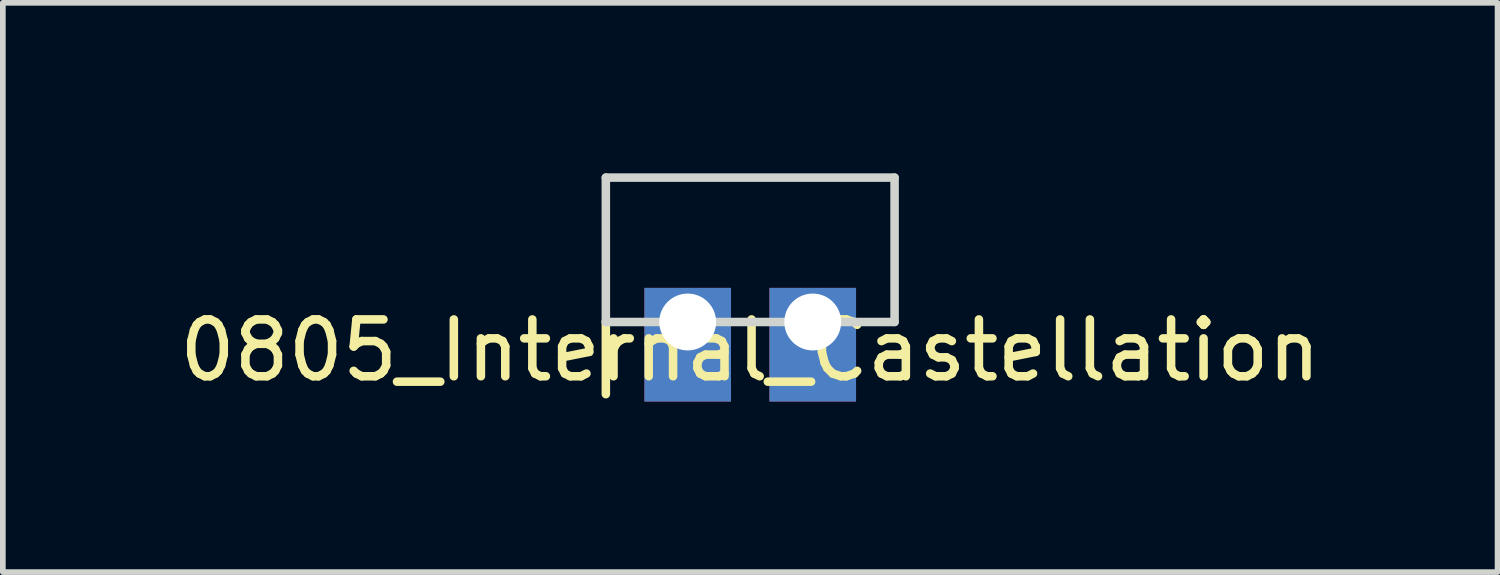
<source format=kicad_pcb>
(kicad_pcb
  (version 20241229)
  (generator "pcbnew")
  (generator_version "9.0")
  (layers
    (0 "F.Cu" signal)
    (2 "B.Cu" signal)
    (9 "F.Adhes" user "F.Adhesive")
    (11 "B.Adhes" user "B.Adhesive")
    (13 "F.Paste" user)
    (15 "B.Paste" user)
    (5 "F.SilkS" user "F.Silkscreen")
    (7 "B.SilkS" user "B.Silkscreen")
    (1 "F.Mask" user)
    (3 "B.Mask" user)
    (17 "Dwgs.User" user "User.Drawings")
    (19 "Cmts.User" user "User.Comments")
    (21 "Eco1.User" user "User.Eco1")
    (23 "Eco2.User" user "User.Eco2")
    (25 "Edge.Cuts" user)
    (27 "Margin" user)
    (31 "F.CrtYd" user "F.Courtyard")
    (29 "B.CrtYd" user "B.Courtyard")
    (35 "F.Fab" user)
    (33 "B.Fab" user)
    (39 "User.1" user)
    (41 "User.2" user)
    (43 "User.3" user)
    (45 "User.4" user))
  (footprint "0805_Internal_Castellation"
    (layer "F.Cu")
    (at 10.149 2.615)
    (property "Reference" "0805_Internal_Castellation" (at 0 0.5 0) (layer "F.SilkS") (effects (font (size 1 1) (thickness 0.15))))
    (attr through_hole)
    (fp_line (start -2.54 0) (end -2.54 1.27) (stroke (width 0.15) (type solid)) (layer "F.SilkS"))
    (fp_line (start -2.54 -2.54) (end -2.54 0) (stroke (width 0.15) (type solid)) (layer "Edge.Cuts"))
    (fp_line (start 2.54 -2.54) (end -2.54 -2.54) (stroke (width 0.15) (type solid)) (layer "Edge.Cuts"))
    (fp_line (start 2.54 0) (end -2.54 0) (stroke (width 0.15) (type solid)) (layer "Edge.Cuts"))
    (fp_line (start 2.54 0) (end 2.54 -2.54) (stroke (width 0.15) (type solid)) (layer "Edge.Cuts"))
    (pad "1" thru_hole rect (at -1.1 0) (size 1.524 2) (drill 1 (offset 0 0.4)) (layers "*.Cu" "*.Mask"))
    (pad "2" thru_hole rect (at 1.1 0) (size 1.524 2) (drill 1 (offset 0 0.4)) (layers "*.Cu" "*.Mask")))
  (gr_rect
    (start -3 -3)
    (end 23.298 7.015)
    (stroke (width 0.1) (type default))
    (fill no)
    (layer "Edge.Cuts")))
</source>
